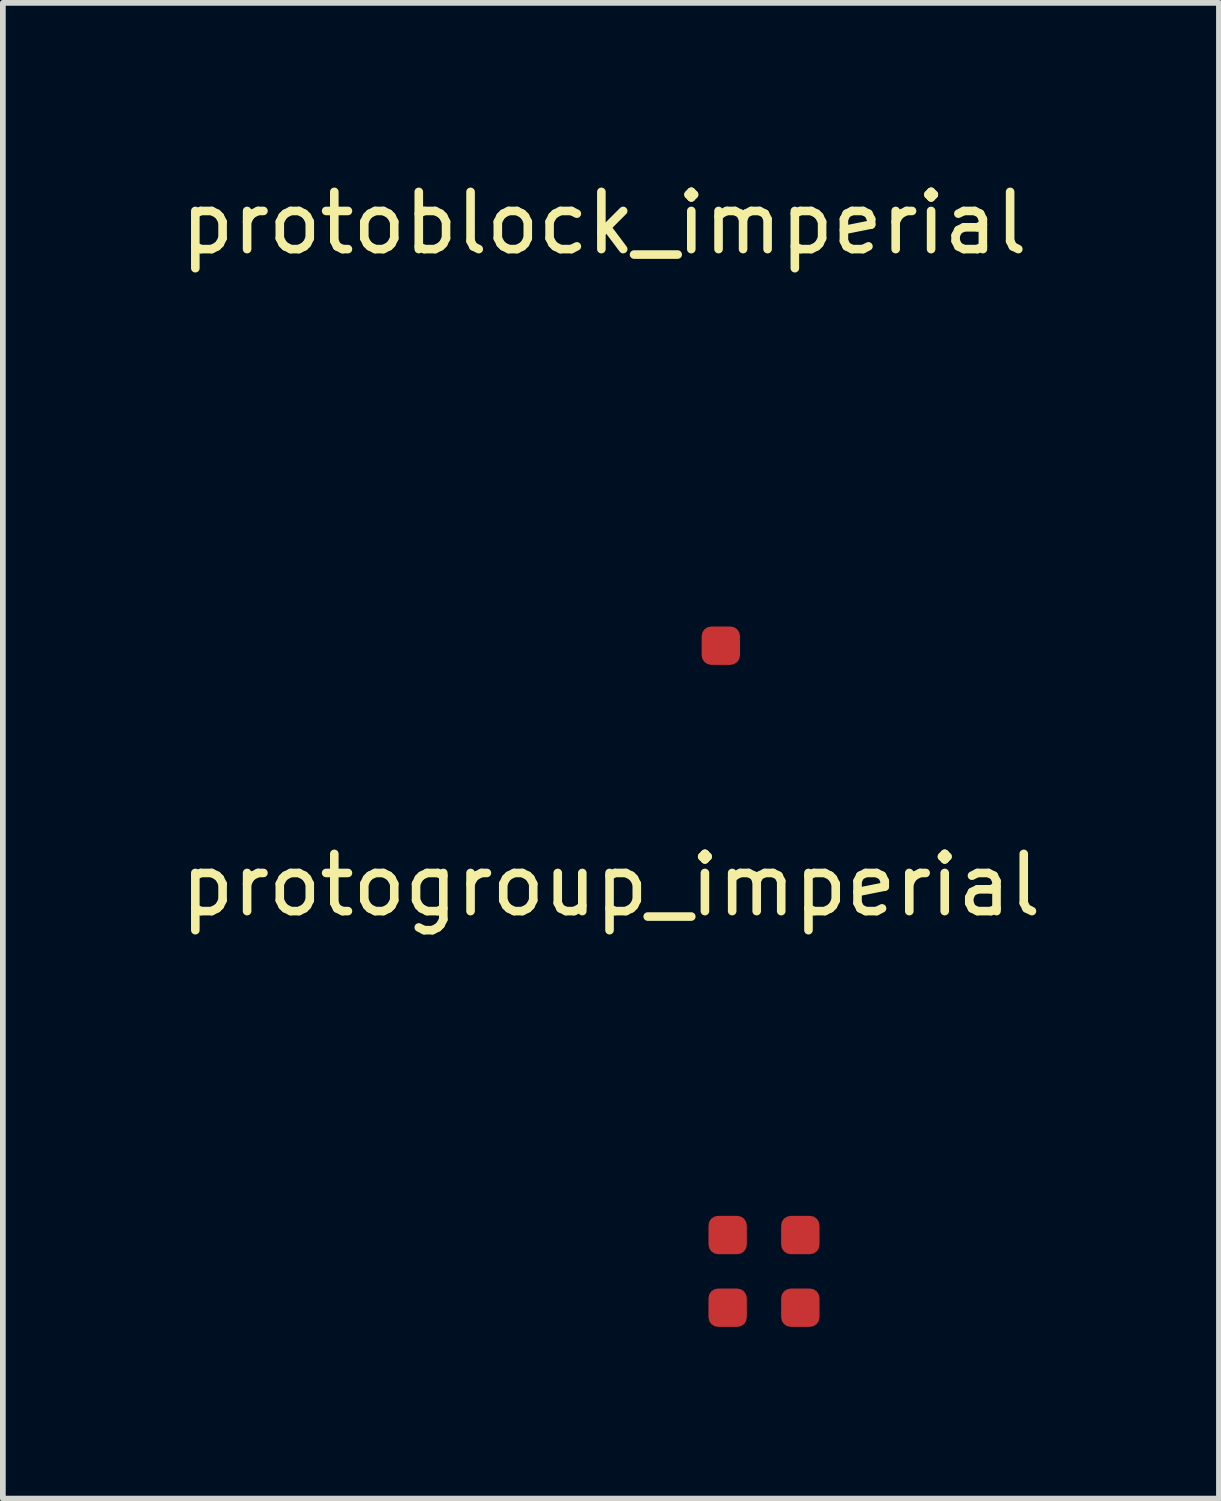
<source format=kicad_pcb>
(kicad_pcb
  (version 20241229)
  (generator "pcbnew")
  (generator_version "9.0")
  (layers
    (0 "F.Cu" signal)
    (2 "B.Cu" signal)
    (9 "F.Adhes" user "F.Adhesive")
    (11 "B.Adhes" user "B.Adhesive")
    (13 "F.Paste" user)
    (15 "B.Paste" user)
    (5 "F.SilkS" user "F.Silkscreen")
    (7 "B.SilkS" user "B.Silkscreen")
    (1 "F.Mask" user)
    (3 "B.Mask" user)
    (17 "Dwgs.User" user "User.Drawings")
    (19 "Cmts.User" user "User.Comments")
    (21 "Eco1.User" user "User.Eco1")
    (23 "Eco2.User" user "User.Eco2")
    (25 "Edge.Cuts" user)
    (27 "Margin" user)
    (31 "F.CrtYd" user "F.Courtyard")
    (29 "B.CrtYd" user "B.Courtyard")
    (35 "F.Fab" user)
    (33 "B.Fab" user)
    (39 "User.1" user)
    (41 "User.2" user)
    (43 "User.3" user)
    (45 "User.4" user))
  (footprint "protoblock_imperial"
    (layer "F.Cu")
    (at 10.181 7.598)
    (property "Reference" "protoblock_imperial" (at -2.675 -6.75 0) (unlocked yes) (layer "F.SilkS") (effects (font (size 1 1) (thickness 0.15))))
    (attr smd)
    (fp_poly (pts (xy 0.305 0) (xy 0 0.305) (xy -0.305 0) (xy 0 -0.305)) (stroke (width 0.12) (type solid)) (fill yes) (layer "F.Mask"))
    (pad "" smd roundrect (at -0.635 0.635) (size 0.67 0.67) (layers "F.Cu" "F.Mask" "F.Paste") (roundrect_rratio 0.25)))
  (footprint "protogroup_imperial"
    (layer "F.Cu")
    (at 10.3 19.166)
    (property "Reference" "protogroup_imperial" (at -2.675 -6.75 0) (unlocked yes) (layer "F.SilkS") (effects (font (size 1 1) (thickness 0.15))))
    (attr smd)
    (fp_poly (pts (xy 0.305 -1.27) (xy 0 -0.965) (xy -0.305 -1.27) (xy 0 -1.575)) (stroke (width 0.12) (type solid)) (fill yes) (layer "F.Mask"))
    (fp_poly (pts (xy 0.305 0) (xy 0 0.305) (xy -0.305 0) (xy 0 -0.305)) (stroke (width 0.12) (type solid)) (fill yes) (layer "F.Mask"))
    (fp_poly (pts (xy 1.575 -1.27) (xy 1.27 -0.965) (xy 0.965 -1.27) (xy 1.27 -1.575)) (stroke (width 0.12) (type solid)) (fill yes) (layer "F.Mask"))
    (fp_poly (pts (xy 1.575 0) (xy 1.27 0.305) (xy 0.965 0) (xy 1.27 -0.305)) (stroke (width 0.12) (type solid)) (fill yes) (layer "F.Mask"))
    (pad "" smd roundrect (at -0.635 -0.635) (size 0.67 0.67) (layers "F.Cu" "F.Mask" "F.Paste") (roundrect_rratio 0.25))
    (pad "" smd roundrect (at -0.635 0.635) (size 0.67 0.67) (layers "F.Cu" "F.Mask" "F.Paste") (roundrect_rratio 0.25))
    (pad "" smd roundrect (at 0.635 -0.635) (size 0.67 0.67) (layers "F.Cu" "F.Mask" "F.Paste") (roundrect_rratio 0.25))
    (pad "" smd roundrect (at 0.635 0.635) (size 0.67 0.67) (layers "F.Cu" "F.Mask" "F.Paste") (roundrect_rratio 0.25)))
  (gr_rect
    (start -3 -3)
    (end 18.25 23.137)
    (stroke (width 0.1) (type default))
    (fill no)
    (layer "Edge.Cuts")))
</source>
